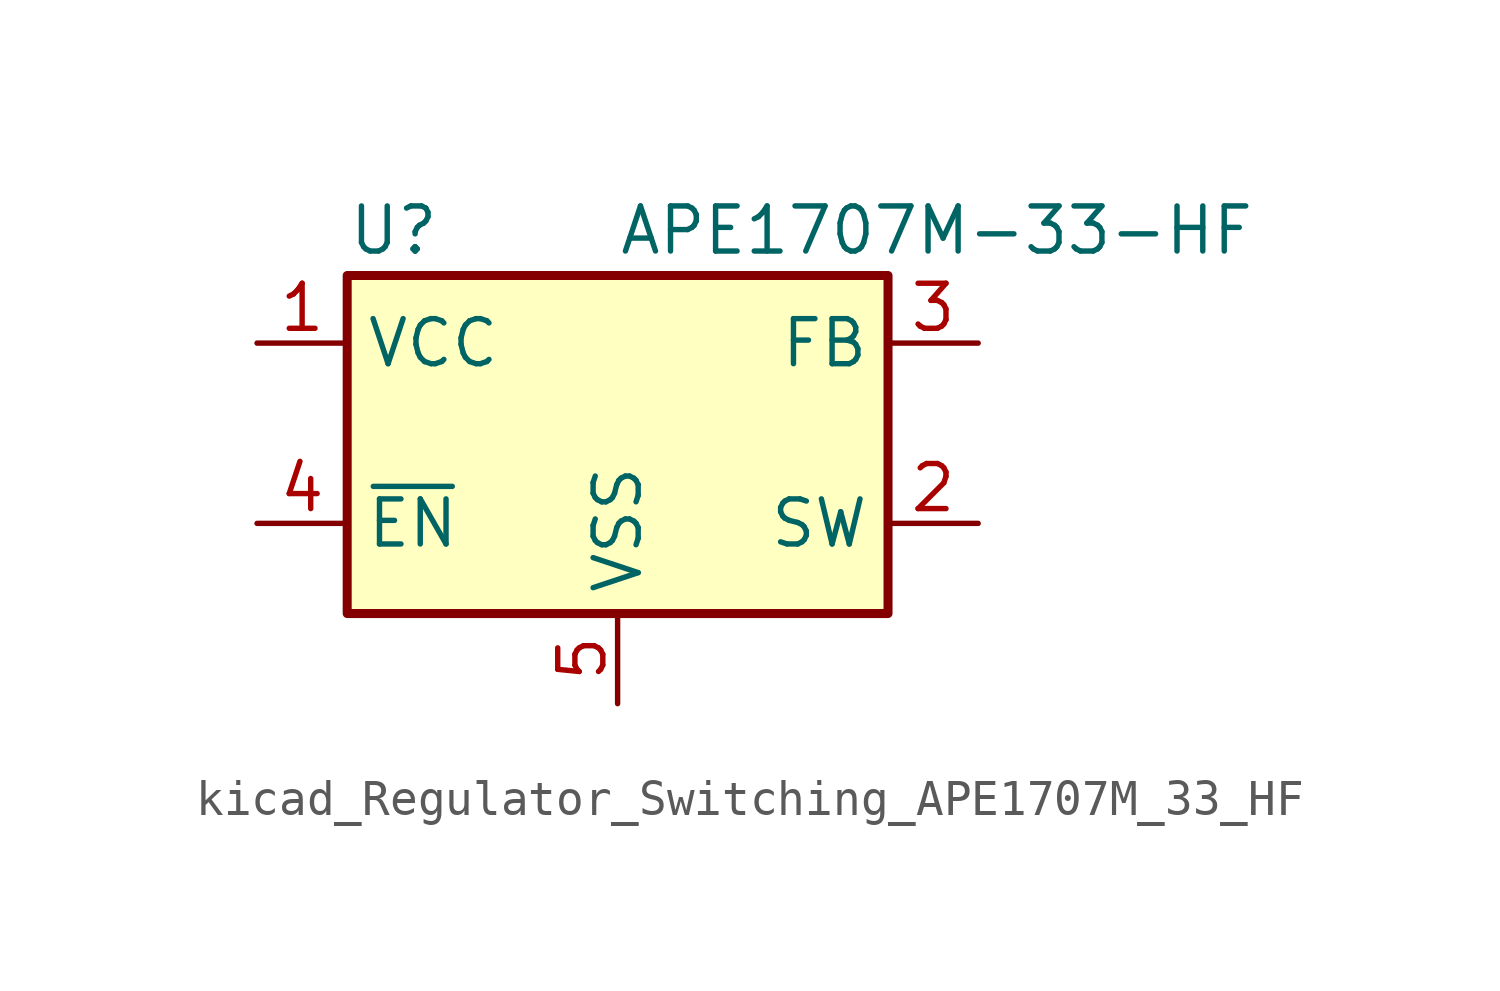
<source format=kicad_sym>
(kicad_symbol_lib
  (version 20220914)
  (generator kicad_symbol_editor)
  (symbol "kicad_Regulator_Switching_APE1707M_33_HF"
    (property "Reference" "U"
      (at -7.62 5.715 0)
      (effects (font (size 1.27 1.27)) (justify left)))
    (property "Value" "APE1707M-33-HF"
      (at 0 5.715 0)
      (effects (font (size 1.27 1.27)) (justify left)))
    (symbol "kicad_Regulator_Switching_APE1707M_33_HF_0_1"
      (rectangle (start -7.62 4.445) (end 7.62 -5.08) (stroke (width 0.254) (type default)) (fill (type background))))
    (symbol "kicad_Regulator_Switching_APE1707M_33_HF_1_1"
      (pin power_in line (at -10.16 2.54 0) (length 2.54) (name "VCC" (effects (font (size 1.27 1.27)))) (number "1" (effects (font (size 1.27 1.27)))))
      (pin output line (at 10.16 -2.54 180) (length 2.54) (name "SW" (effects (font (size 1.27 1.27)))) (number "2" (effects (font (size 1.27 1.27)))))
      (pin input line (at 10.16 2.54 180) (length 2.54) (name "FB" (effects (font (size 1.27 1.27)))) (number "3" (effects (font (size 1.27 1.27)))))
      (pin input line (at -10.16 -2.54 0) (length 2.54) (name "~{EN}" (effects (font (size 1.27 1.27)))) (number "4" (effects (font (size 1.27 1.27)))))
      (pin power_in line (at 0 -7.62 90) (length 2.54) (name "VSS" (effects (font (size 1.27 1.27)))) (number "5" (effects (font (size 1.27 1.27)))))
      (pin passive line (at 0 -7.62 90) (length 2.54) hide (name "VSS" (effects (font (size 1.27 1.27)))) (number "6" (effects (font (size 1.27 1.27)))))
      (pin passive line (at 0 -7.62 90) (length 2.54) hide (name "VSS" (effects (font (size 1.27 1.27)))) (number "7" (effects (font (size 1.27 1.27)))))
      (pin passive line (at 0 -7.62 90) (length 2.54) hide (name "VSS" (effects (font (size 1.27 1.27)))) (number "8" (effects (font (size 1.27 1.27))))))))
</source>
